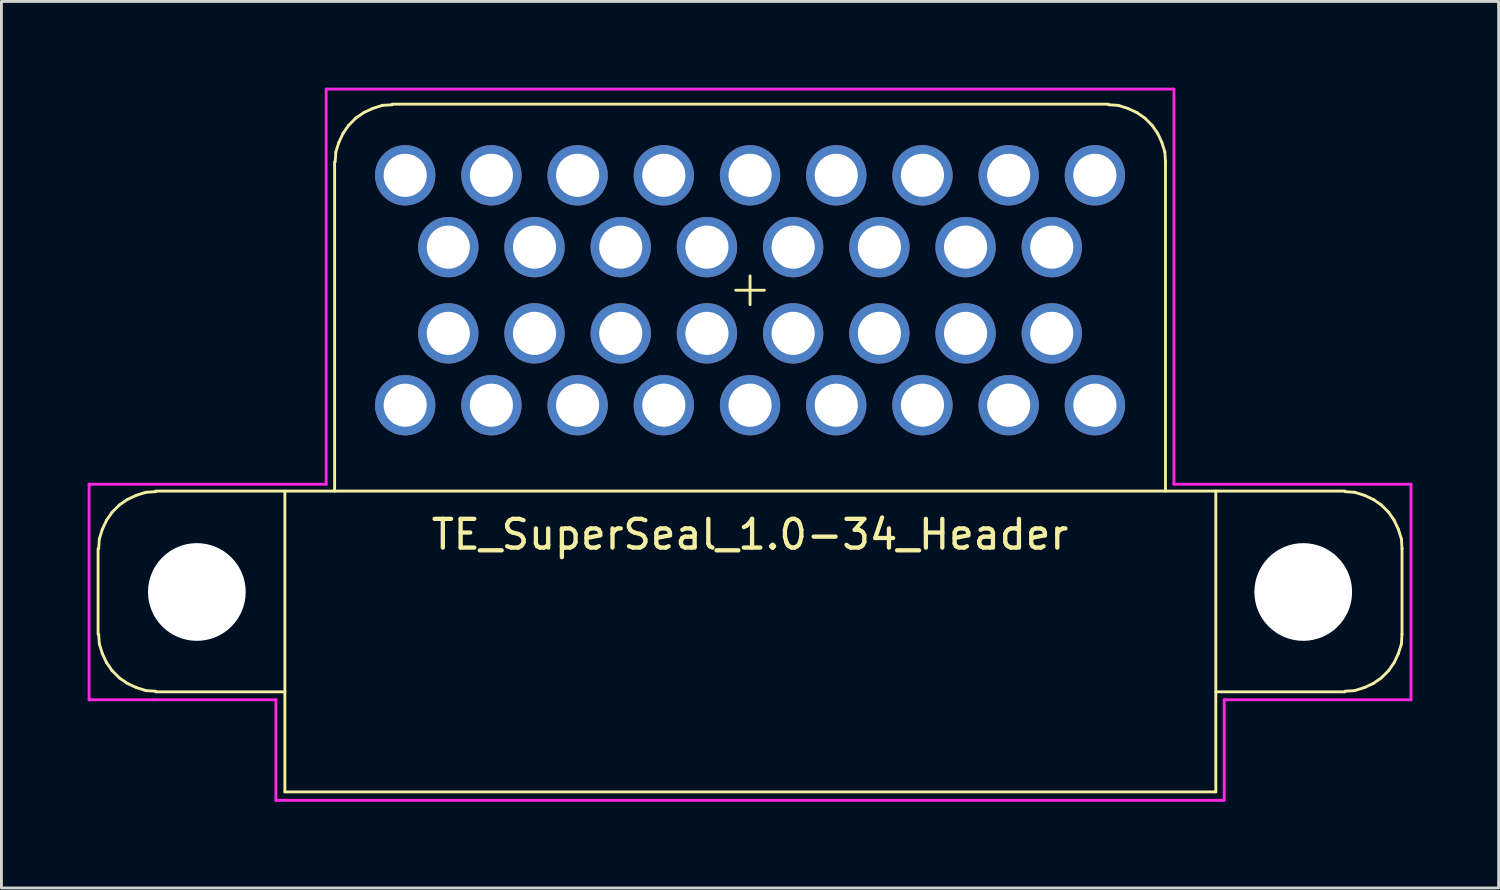
<source format=kicad_pcb>
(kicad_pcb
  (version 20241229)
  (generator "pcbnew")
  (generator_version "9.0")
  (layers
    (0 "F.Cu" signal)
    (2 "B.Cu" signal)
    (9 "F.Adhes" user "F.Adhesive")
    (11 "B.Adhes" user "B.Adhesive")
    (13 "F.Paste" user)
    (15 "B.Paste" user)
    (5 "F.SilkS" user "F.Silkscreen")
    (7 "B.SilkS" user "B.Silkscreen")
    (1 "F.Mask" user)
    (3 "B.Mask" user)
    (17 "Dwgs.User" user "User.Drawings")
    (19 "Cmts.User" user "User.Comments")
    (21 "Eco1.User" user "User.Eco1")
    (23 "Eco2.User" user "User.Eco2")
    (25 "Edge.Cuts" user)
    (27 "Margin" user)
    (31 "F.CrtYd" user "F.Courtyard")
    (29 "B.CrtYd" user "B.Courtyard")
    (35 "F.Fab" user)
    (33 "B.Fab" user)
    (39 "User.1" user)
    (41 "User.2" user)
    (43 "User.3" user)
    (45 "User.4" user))
  (footprint "TE_SuperSeal_1.0-34_Header"
    (layer "F.Cu")
    (at 23.05 7.05)
    (property "Reference" "TE_SuperSeal_1.0-34_Header" (at 0 8.5 0) (layer "F.SilkS") (effects (font (size 1 1) (thickness 0.15))))
    (attr through_hole)
    (fp_line (start -22.687 11.969) (end -22.687 8.993) (stroke (width 0.1) (type solid)) (layer "F.SilkS"))
    (fp_line (start -22.666 11.969) (end -22.644 12.306) (stroke (width 0.1) (type solid)) (layer "F.SilkS"))
    (fp_line (start -22.644 12.306) (end -22.539 12.644) (stroke (width 0.1) (type solid)) (layer "F.SilkS"))
    (fp_line (start -22.644 8.656) (end -22.666 8.993) (stroke (width 0.1) (type solid)) (layer "F.SilkS"))
    (fp_line (start -22.539 12.644) (end -22.391 12.961) (stroke (width 0.1) (type solid)) (layer "F.SilkS"))
    (fp_line (start -22.539 8.318) (end -22.644 8.656) (stroke (width 0.1) (type solid)) (layer "F.SilkS"))
    (fp_line (start -22.391 12.961) (end -22.201 13.235) (stroke (width 0.1) (type solid)) (layer "F.SilkS"))
    (fp_line (start -22.391 8.001) (end -22.539 8.318) (stroke (width 0.1) (type solid)) (layer "F.SilkS"))
    (fp_line (start -22.201 13.235) (end -21.948 13.488) (stroke (width 0.1) (type solid)) (layer "F.SilkS"))
    (fp_line (start -22.201 7.727) (end -22.391 8.001) (stroke (width 0.1) (type solid)) (layer "F.SilkS"))
    (fp_line (start -21.948 13.488) (end -21.674 13.678) (stroke (width 0.1) (type solid)) (layer "F.SilkS"))
    (fp_line (start -21.948 7.474) (end -22.201 7.727) (stroke (width 0.1) (type solid)) (layer "F.SilkS"))
    (fp_line (start -21.674 13.678) (end -21.357 13.826) (stroke (width 0.1) (type solid)) (layer "F.SilkS"))
    (fp_line (start -21.674 7.284) (end -21.948 7.474) (stroke (width 0.1) (type solid)) (layer "F.SilkS"))
    (fp_line (start -21.357 13.826) (end -21.02 13.932) (stroke (width 0.1) (type solid)) (layer "F.SilkS"))
    (fp_line (start -21.357 7.136) (end -21.674 7.284) (stroke (width 0.1) (type solid)) (layer "F.SilkS"))
    (fp_line (start -21.02 13.932) (end -20.682 13.953) (stroke (width 0.1) (type solid)) (layer "F.SilkS"))
    (fp_line (start -21.02 7.03) (end -21.357 7.136) (stroke (width 0.1) (type solid)) (layer "F.SilkS"))
    (fp_line (start -20.682 7.009) (end -21.02 7.03) (stroke (width 0.1) (type solid)) (layer "F.SilkS"))
    (fp_line (start -16.187 13.974) (end -20.682 13.974) (stroke (width 0.1) (type solid)) (layer "F.SilkS"))
    (fp_line (start -16.187 17.456) (end -16.187 6.988) (stroke (width 0.1) (type solid)) (layer "F.SilkS"))
    (fp_line (start -14.456 6.988) (end -14.456 -4.471) (stroke (width 0.1) (type solid)) (layer "F.SilkS"))
    (fp_line (start -14.414 -4.809) (end -14.435 -4.471) (stroke (width 0.1) (type solid)) (layer "F.SilkS"))
    (fp_line (start -14.308 -5.146) (end -14.414 -4.809) (stroke (width 0.1) (type solid)) (layer "F.SilkS"))
    (fp_line (start -14.161 -5.463) (end -14.308 -5.146) (stroke (width 0.1) (type solid)) (layer "F.SilkS"))
    (fp_line (start -13.971 -5.737) (end -14.161 -5.463) (stroke (width 0.1) (type solid)) (layer "F.SilkS"))
    (fp_line (start -13.718 -5.991) (end -13.971 -5.737) (stroke (width 0.1) (type solid)) (layer "F.SilkS"))
    (fp_line (start -13.443 -6.181) (end -13.718 -5.991) (stroke (width 0.1) (type solid)) (layer "F.SilkS"))
    (fp_line (start -13.127 -6.328) (end -13.443 -6.181) (stroke (width 0.1) (type solid)) (layer "F.SilkS"))
    (fp_line (start -12.789 -6.434) (end -13.127 -6.328) (stroke (width 0.1) (type solid)) (layer "F.SilkS"))
    (fp_line (start -12.451 -6.476) (end 12.472 -6.476) (stroke (width 0.1) (type solid)) (layer "F.SilkS"))
    (fp_line (start -12.451 -6.455) (end -12.789 -6.434) (stroke (width 0.1) (type solid)) (layer "F.SilkS"))
    (fp_line (start -0.5 0) (end 0.5 0) (stroke (width 0.1) (type solid)) (layer "F.SilkS"))
    (fp_line (start 0 0.5) (end 0 -0.5) (stroke (width 0.1) (type solid)) (layer "F.SilkS"))
    (fp_line (start 12.81 -6.434) (end 12.472 -6.455) (stroke (width 0.1) (type solid)) (layer "F.SilkS"))
    (fp_line (start 13.148 -6.328) (end 12.81 -6.434) (stroke (width 0.1) (type solid)) (layer "F.SilkS"))
    (fp_line (start 13.464 -6.181) (end 13.148 -6.328) (stroke (width 0.1) (type solid)) (layer "F.SilkS"))
    (fp_line (start 13.739 -5.991) (end 13.464 -6.181) (stroke (width 0.1) (type solid)) (layer "F.SilkS"))
    (fp_line (start 13.992 -5.737) (end 13.739 -5.991) (stroke (width 0.1) (type solid)) (layer "F.SilkS"))
    (fp_line (start 14.182 -5.463) (end 13.992 -5.737) (stroke (width 0.1) (type solid)) (layer "F.SilkS"))
    (fp_line (start 14.33 -5.146) (end 14.182 -5.463) (stroke (width 0.1) (type solid)) (layer "F.SilkS"))
    (fp_line (start 14.435 -4.809) (end 14.33 -5.146) (stroke (width 0.1) (type solid)) (layer "F.SilkS"))
    (fp_line (start 14.456 -4.471) (end 14.435 -4.809) (stroke (width 0.1) (type solid)) (layer "F.SilkS"))
    (fp_line (start 14.456 6.988) (end 14.456 -4.471) (stroke (width 0.1) (type solid)) (layer "F.SilkS"))
    (fp_line (start 16.208 13.974) (end 20.703 13.974) (stroke (width 0.1) (type solid)) (layer "F.SilkS"))
    (fp_line (start 16.208 17.456) (end -16.187 17.456) (stroke (width 0.1) (type solid)) (layer "F.SilkS"))
    (fp_line (start 16.208 17.456) (end 16.208 6.988) (stroke (width 0.1) (type solid)) (layer "F.SilkS"))
    (fp_line (start 20.703 6.988) (end -20.682 6.988) (stroke (width 0.1) (type solid)) (layer "F.SilkS"))
    (fp_line (start 20.703 13.953) (end 21.041 13.932) (stroke (width 0.1) (type solid)) (layer "F.SilkS"))
    (fp_line (start 21.041 7.03) (end 20.703 7.009) (stroke (width 0.1) (type solid)) (layer "F.SilkS"))
    (fp_line (start 21.041 13.932) (end 21.378 13.826) (stroke (width 0.1) (type solid)) (layer "F.SilkS"))
    (fp_line (start 21.378 7.136) (end 21.041 7.03) (stroke (width 0.1) (type solid)) (layer "F.SilkS"))
    (fp_line (start 21.378 13.826) (end 21.695 13.678) (stroke (width 0.1) (type solid)) (layer "F.SilkS"))
    (fp_line (start 21.695 7.284) (end 21.378 7.136) (stroke (width 0.1) (type solid)) (layer "F.SilkS"))
    (fp_line (start 21.695 13.678) (end 21.969 13.488) (stroke (width 0.1) (type solid)) (layer "F.SilkS"))
    (fp_line (start 21.969 7.474) (end 21.695 7.284) (stroke (width 0.1) (type solid)) (layer "F.SilkS"))
    (fp_line (start 21.969 13.488) (end 22.222 13.235) (stroke (width 0.1) (type solid)) (layer "F.SilkS"))
    (fp_line (start 22.222 7.727) (end 21.969 7.474) (stroke (width 0.1) (type solid)) (layer "F.SilkS"))
    (fp_line (start 22.222 13.235) (end 22.412 12.961) (stroke (width 0.1) (type solid)) (layer "F.SilkS"))
    (fp_line (start 22.412 8.001) (end 22.222 7.727) (stroke (width 0.1) (type solid)) (layer "F.SilkS"))
    (fp_line (start 22.412 12.961) (end 22.56 12.644) (stroke (width 0.1) (type solid)) (layer "F.SilkS"))
    (fp_line (start 22.56 8.318) (end 22.412 8.001) (stroke (width 0.1) (type solid)) (layer "F.SilkS"))
    (fp_line (start 22.56 12.644) (end 22.666 12.306) (stroke (width 0.1) (type solid)) (layer "F.SilkS"))
    (fp_line (start 22.666 8.656) (end 22.56 8.318) (stroke (width 0.1) (type solid)) (layer "F.SilkS"))
    (fp_line (start 22.666 12.306) (end 22.687 11.969) (stroke (width 0.1) (type solid)) (layer "F.SilkS"))
    (fp_line (start 22.687 8.993) (end 22.666 8.656) (stroke (width 0.1) (type solid)) (layer "F.SilkS"))
    (fp_line (start 22.687 11.969) (end 22.687 8.993) (stroke (width 0.1) (type solid)) (layer "F.SilkS"))
    (fp_line (start -23 6.75) (end -14.75 6.75) (stroke (width 0.1) (type solid)) (layer "F.CrtYd"))
    (fp_line (start -23 14.25) (end -23 6.75) (stroke (width 0.1) (type solid)) (layer "F.CrtYd"))
    (fp_line (start -20.75 14.25) (end -23 14.25) (stroke (width 0.1) (type solid)) (layer "F.CrtYd"))
    (fp_line (start -16.5 14.25) (end -20.75 14.25) (stroke (width 0.1) (type solid)) (layer "F.CrtYd"))
    (fp_line (start -16.5 17.75) (end -16.5 14.25) (stroke (width 0.1) (type solid)) (layer "F.CrtYd"))
    (fp_line (start -14.75 -7) (end 14.75 -7) (stroke (width 0.1) (type solid)) (layer "F.CrtYd"))
    (fp_line (start -14.75 6.75) (end -14.75 -7) (stroke (width 0.1) (type solid)) (layer "F.CrtYd"))
    (fp_line (start 14.75 -7) (end 14.75 6.75) (stroke (width 0.1) (type solid)) (layer "F.CrtYd"))
    (fp_line (start 14.75 6.75) (end 23 6.75) (stroke (width 0.1) (type solid)) (layer "F.CrtYd"))
    (fp_line (start 16.5 14.25) (end 16.5 17.75) (stroke (width 0.1) (type solid)) (layer "F.CrtYd"))
    (fp_line (start 16.5 17.75) (end -16.5 17.75) (stroke (width 0.1) (type solid)) (layer "F.CrtYd"))
    (fp_line (start 23 6.75) (end 23 14.25) (stroke (width 0.1) (type solid)) (layer "F.CrtYd"))
    (fp_line (start 23 14.25) (end 16.5 14.25) (stroke (width 0.1) (type solid)) (layer "F.CrtYd"))
    (pad "" np_thru_hole circle (at -19.25 10.5) (size 3.4 3.4) (drill 3.4) (layers "*.Cu" "*.Mask"))
    (pad "" np_thru_hole circle (at 19.25 10.5) (size 3.4 3.4) (drill 3.4) (layers "*.Cu" "*.Mask"))
    (pad "1" thru_hole circle (at -12 -4 180) (size 2.1 2.1) (drill 1.5) (layers "*.Cu" "*.Mask"))
    (pad "2" thru_hole circle (at -9 -4 180) (size 2.1 2.1) (drill 1.5) (layers "*.Cu" "*.Mask"))
    (pad "3" thru_hole circle (at -6 -4 180) (size 2.1 2.1) (drill 1.5) (layers "*.Cu" "*.Mask"))
    (pad "4" thru_hole circle (at -3 -4 180) (size 2.1 2.1) (drill 1.5) (layers "*.Cu" "*.Mask"))
    (pad "5" thru_hole circle (at 0 -4 180) (size 2.1 2.1) (drill 1.5) (layers "*.Cu" "*.Mask"))
    (pad "6" thru_hole circle (at 3 -4 180) (size 2.1 2.1) (drill 1.5) (layers "*.Cu" "*.Mask"))
    (pad "7" thru_hole circle (at 6 -4 180) (size 2.1 2.1) (drill 1.5) (layers "*.Cu" "*.Mask"))
    (pad "8" thru_hole circle (at 9 -4 180) (size 2.1 2.1) (drill 1.5) (layers "*.Cu" "*.Mask"))
    (pad "9" thru_hole circle (at 12 -4 180) (size 2.1 2.1) (drill 1.5) (layers "*.Cu" "*.Mask"))
    (pad "10" thru_hole circle (at -10.5 -1.5 180) (size 2.1 2.1) (drill 1.5) (layers "*.Cu" "*.Mask"))
    (pad "11" thru_hole circle (at -7.5 -1.5 180) (size 2.1 2.1) (drill 1.5) (layers "*.Cu" "*.Mask"))
    (pad "12" thru_hole circle (at -4.5 -1.5 180) (size 2.1 2.1) (drill 1.5) (layers "*.Cu" "*.Mask"))
    (pad "13" thru_hole circle (at -1.5 -1.5 180) (size 2.1 2.1) (drill 1.5) (layers "*.Cu" "*.Mask"))
    (pad "14" thru_hole circle (at 1.5 -1.5 180) (size 2.1 2.1) (drill 1.5) (layers "*.Cu" "*.Mask"))
    (pad "15" thru_hole circle (at 4.5 -1.5 180) (size 2.1 2.1) (drill 1.5) (layers "*.Cu" "*.Mask"))
    (pad "16" thru_hole circle (at 7.5 -1.5 180) (size 2.1 2.1) (drill 1.5) (layers "*.Cu" "*.Mask"))
    (pad "17" thru_hole circle (at 10.5 -1.5 180) (size 2.1 2.1) (drill 1.5) (layers "*.Cu" "*.Mask"))
    (pad "18" thru_hole circle (at -10.5 1.5) (size 2.1 2.1) (drill 1.5) (layers "*.Cu" "*.Mask"))
    (pad "19" thru_hole circle (at -7.5 1.5) (size 2.1 2.1) (drill 1.5) (layers "*.Cu" "*.Mask"))
    (pad "20" thru_hole circle (at -4.5 1.5) (size 2.1 2.1) (drill 1.5) (layers "*.Cu" "*.Mask"))
    (pad "21" thru_hole circle (at -1.5 1.5) (size 2.1 2.1) (drill 1.5) (layers "*.Cu" "*.Mask"))
    (pad "22" thru_hole circle (at 1.5 1.5) (size 2.1 2.1) (drill 1.5) (layers "*.Cu" "*.Mask"))
    (pad "23" thru_hole circle (at 4.5 1.5) (size 2.1 2.1) (drill 1.5) (layers "*.Cu" "*.Mask"))
    (pad "24" thru_hole circle (at 7.5 1.5) (size 2.1 2.1) (drill 1.5) (layers "*.Cu" "*.Mask"))
    (pad "25" thru_hole circle (at 10.5 1.5) (size 2.1 2.1) (drill 1.5) (layers "*.Cu" "*.Mask"))
    (pad "26" thru_hole circle (at -12 4) (size 2.1 2.1) (drill 1.5) (layers "*.Cu" "*.Mask"))
    (pad "27" thru_hole circle (at -9 4) (size 2.1 2.1) (drill 1.5) (layers "*.Cu" "*.Mask"))
    (pad "28" thru_hole circle (at -6 4) (size 2.1 2.1) (drill 1.5) (layers "*.Cu" "*.Mask"))
    (pad "29" thru_hole circle (at -3 4) (size 2.1 2.1) (drill 1.5) (layers "*.Cu" "*.Mask"))
    (pad "30" thru_hole circle (at 0 4) (size 2.1 2.1) (drill 1.5) (layers "*.Cu" "*.Mask"))
    (pad "31" thru_hole circle (at 3 4) (size 2.1 2.1) (drill 1.5) (layers "*.Cu" "*.Mask"))
    (pad "32" thru_hole circle (at 6 4) (size 2.1 2.1) (drill 1.5) (layers "*.Cu" "*.Mask"))
    (pad "33" thru_hole circle (at 9 4) (size 2.1 2.1) (drill 1.5) (layers "*.Cu" "*.Mask"))
    (pad "34" thru_hole circle (at 12 4) (size 2.1 2.1) (drill 1.5) (layers "*.Cu" "*.Mask")))
  (gr_rect
    (start -3 -3)
    (end 49.1 27.85)
    (stroke (width 0.1) (type default))
    (fill no)
    (layer "Edge.Cuts")))
</source>
